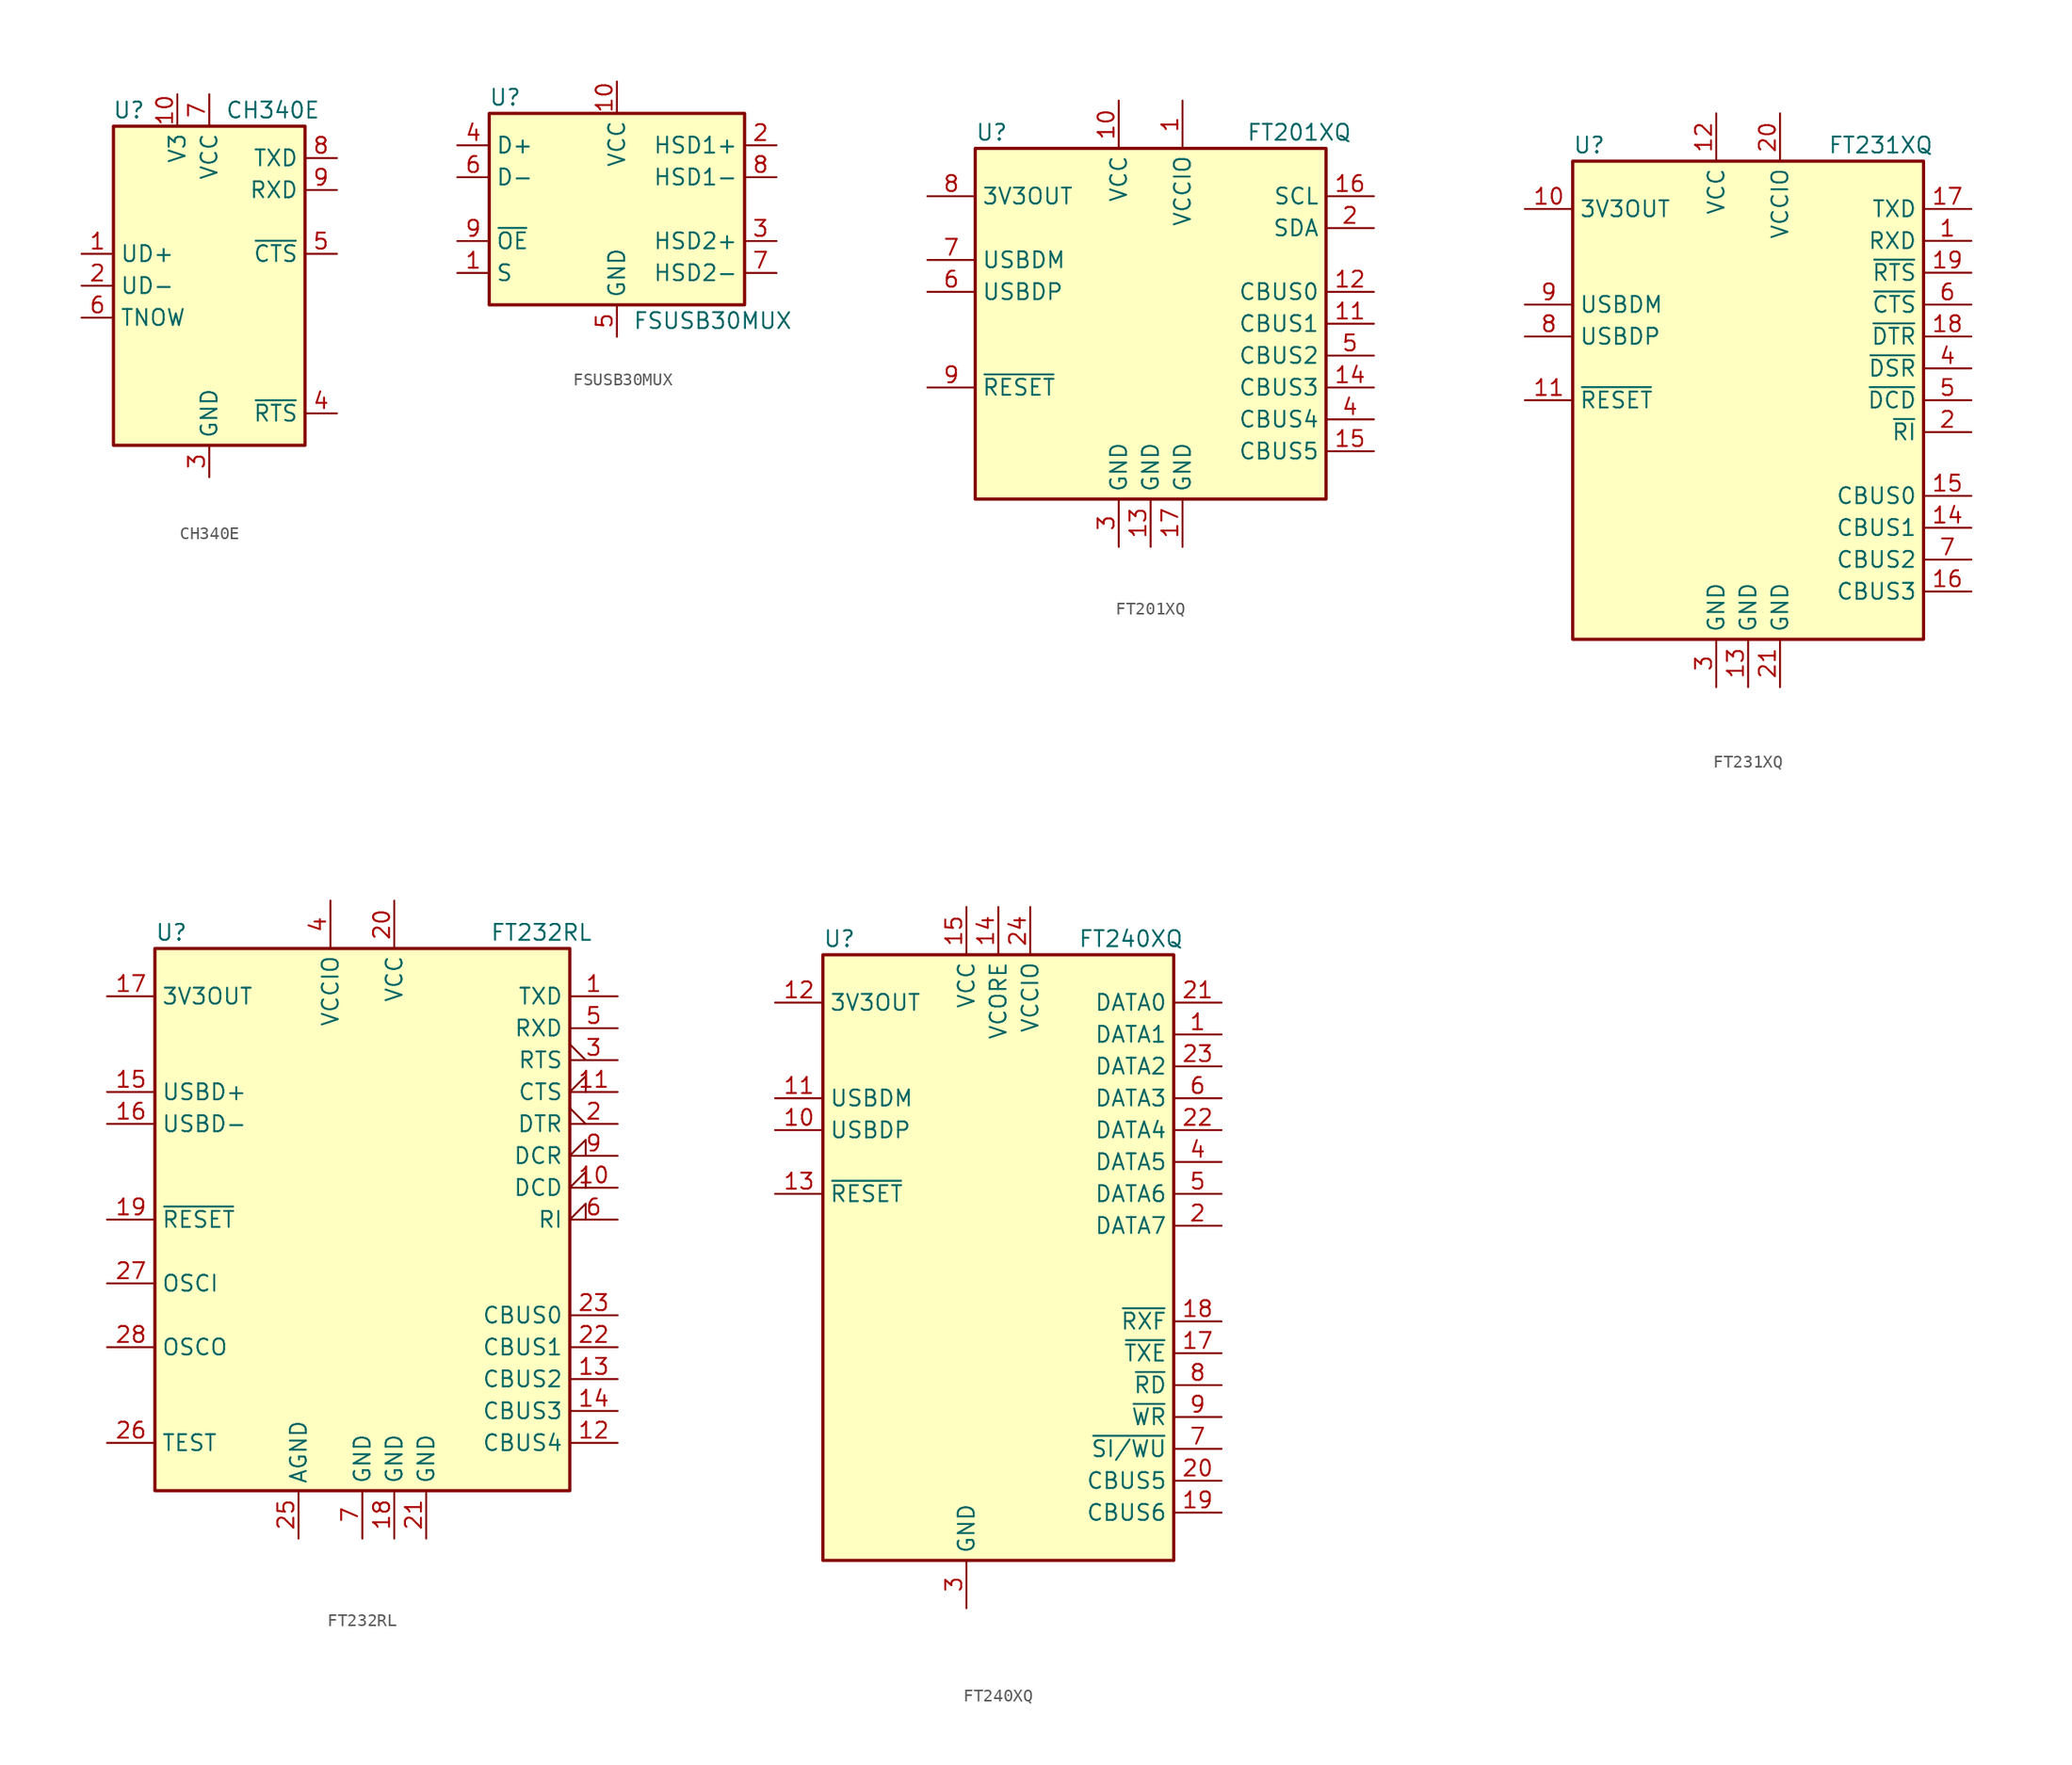
<source format=kicad_sym>
(kicad_symbol_lib
  (version 20220914)
  (generator kicad_symbol_editor)
  (symbol "CH340E"
    (property "Reference" "U"
      (at -5.08 13.97 0)
      (effects (font (size 1.27 1.27)) (justify right)))
    (property "Value" "CH340E"
      (at 1.27 13.97 0)
      (effects (font (size 1.27 1.27)) (justify left)))
    (symbol "CH340E_0_1"
      (rectangle (start -7.62 12.7) (end 7.62 -12.7) (stroke (width 0.254) (type default)) (fill (type background))))
    (symbol "CH340E_1_1"
      (pin bidirectional line (at -10.16 2.54 0) (length 2.54) (name "UD+" (effects (font (size 1.27 1.27)))) (number "1" (effects (font (size 1.27 1.27)))))
      (pin passive line (at -2.54 15.24 270) (length 2.54) (name "V3" (effects (font (size 1.27 1.27)))) (number "10" (effects (font (size 1.27 1.27)))))
      (pin bidirectional line (at -10.16 0 0) (length 2.54) (name "UD-" (effects (font (size 1.27 1.27)))) (number "2" (effects (font (size 1.27 1.27)))))
      (pin power_in line (at 0 -15.24 90) (length 2.54) (name "GND" (effects (font (size 1.27 1.27)))) (number "3" (effects (font (size 1.27 1.27)))))
      (pin output line (at 10.16 -10.16 180) (length 2.54) (name "~{RTS}" (effects (font (size 1.27 1.27)))) (number "4" (effects (font (size 1.27 1.27)))))
      (pin input line (at 10.16 2.54 180) (length 2.54) (name "~{CTS}" (effects (font (size 1.27 1.27)))) (number "5" (effects (font (size 1.27 1.27)))))
      (pin output line (at -10.16 -2.54 0) (length 2.54) (name "TNOW" (effects (font (size 1.27 1.27)))) (number "6" (effects (font (size 1.27 1.27)))))
      (pin power_in line (at 0 15.24 270) (length 2.54) (name "VCC" (effects (font (size 1.27 1.27)))) (number "7" (effects (font (size 1.27 1.27)))))
      (pin output line (at 10.16 10.16 180) (length 2.54) (name "TXD" (effects (font (size 1.27 1.27)))) (number "8" (effects (font (size 1.27 1.27)))))
      (pin input line (at 10.16 7.62 180) (length 2.54) (name "RXD" (effects (font (size 1.27 1.27)))) (number "9" (effects (font (size 1.27 1.27)))))))
  (symbol "FSUSB30MUX"
    (property "Reference" "U"
      (at -8.89 8.89 0)
      (effects (font (size 1.27 1.27))))
    (property "Value" "FSUSB30MUX"
      (at 7.62 -8.89 0)
      (effects (font (size 1.27 1.27))))
    (symbol "FSUSB30MUX_0_1"
      (rectangle (start -10.16 7.62) (end 10.16 -7.62) (stroke (width 0.254) (type default)) (fill (type background))))
    (symbol "FSUSB30MUX_1_1"
      (pin input line (at -12.7 -5.08 0) (length 2.54) (name "S" (effects (font (size 1.27 1.27)))) (number "1" (effects (font (size 1.27 1.27)))))
      (pin power_in line (at 0 10.16 270) (length 2.54) (name "VCC" (effects (font (size 1.27 1.27)))) (number "10" (effects (font (size 1.27 1.27)))))
      (pin bidirectional line (at 12.7 5.08 180) (length 2.54) (name "HSD1+" (effects (font (size 1.27 1.27)))) (number "2" (effects (font (size 1.27 1.27)))))
      (pin bidirectional line (at 12.7 -2.54 180) (length 2.54) (name "HSD2+" (effects (font (size 1.27 1.27)))) (number "3" (effects (font (size 1.27 1.27)))))
      (pin bidirectional line (at -12.7 5.08 0) (length 2.54) (name "D+" (effects (font (size 1.27 1.27)))) (number "4" (effects (font (size 1.27 1.27)))))
      (pin power_in line (at 0 -10.16 90) (length 2.54) (name "GND" (effects (font (size 1.27 1.27)))) (number "5" (effects (font (size 1.27 1.27)))))
      (pin bidirectional line (at -12.7 2.54 0) (length 2.54) (name "D-" (effects (font (size 1.27 1.27)))) (number "6" (effects (font (size 1.27 1.27)))))
      (pin bidirectional line (at 12.7 -5.08 180) (length 2.54) (name "HSD2-" (effects (font (size 1.27 1.27)))) (number "7" (effects (font (size 1.27 1.27)))))
      (pin bidirectional line (at 12.7 2.54 180) (length 2.54) (name "HSD1-" (effects (font (size 1.27 1.27)))) (number "8" (effects (font (size 1.27 1.27)))))
      (pin input line (at -12.7 -2.54 0) (length 2.54) (name "~{OE}" (effects (font (size 1.27 1.27)))) (number "9" (effects (font (size 1.27 1.27)))))))
  (symbol "FT201XQ"
    (property "Reference" "U"
      (at -13.97 15.24 0)
      (effects (font (size 1.27 1.27)) (justify left)))
    (property "Value" "FT201XQ"
      (at 7.62 15.24 0)
      (effects (font (size 1.27 1.27)) (justify left)))
    (symbol "FT201XQ_0_1"
      (rectangle (start -13.97 13.97) (end 13.97 -13.97) (stroke (width 0.254) (type default)) (fill (type background))))
    (symbol "FT201XQ_1_1"
      (pin power_in line (at 2.54 17.78 270) (length 3.81) (name "VCCIO" (effects (font (size 1.27 1.27)))) (number "1" (effects (font (size 1.27 1.27)))))
      (pin power_in line (at -2.54 17.78 270) (length 3.81) (name "VCC" (effects (font (size 1.27 1.27)))) (number "10" (effects (font (size 1.27 1.27)))))
      (pin bidirectional line (at 17.78 0 180) (length 3.81) (name "CBUS1" (effects (font (size 1.27 1.27)))) (number "11" (effects (font (size 1.27 1.27)))))
      (pin bidirectional line (at 17.78 2.54 180) (length 3.81) (name "CBUS0" (effects (font (size 1.27 1.27)))) (number "12" (effects (font (size 1.27 1.27)))))
      (pin power_in line (at 0 -17.78 90) (length 3.81) (name "GND" (effects (font (size 1.27 1.27)))) (number "13" (effects (font (size 1.27 1.27)))))
      (pin bidirectional line (at 17.78 -5.08 180) (length 3.81) (name "CBUS3" (effects (font (size 1.27 1.27)))) (number "14" (effects (font (size 1.27 1.27)))))
      (pin bidirectional line (at 17.78 -10.16 180) (length 3.81) (name "CBUS5" (effects (font (size 1.27 1.27)))) (number "15" (effects (font (size 1.27 1.27)))))
      (pin input line (at 17.78 10.16 180) (length 3.81) (name "SCL" (effects (font (size 1.27 1.27)))) (number "16" (effects (font (size 1.27 1.27)))))
      (pin power_in line (at 2.54 -17.78 90) (length 3.81) (name "GND" (effects (font (size 1.27 1.27)))) (number "17" (effects (font (size 1.27 1.27)))))
      (pin bidirectional line (at 17.78 7.62 180) (length 3.81) (name "SDA" (effects (font (size 1.27 1.27)))) (number "2" (effects (font (size 1.27 1.27)))))
      (pin power_in line (at -2.54 -17.78 90) (length 3.81) (name "GND" (effects (font (size 1.27 1.27)))) (number "3" (effects (font (size 1.27 1.27)))))
      (pin bidirectional line (at 17.78 -7.62 180) (length 3.81) (name "CBUS4" (effects (font (size 1.27 1.27)))) (number "4" (effects (font (size 1.27 1.27)))))
      (pin bidirectional line (at 17.78 -2.54 180) (length 3.81) (name "CBUS2" (effects (font (size 1.27 1.27)))) (number "5" (effects (font (size 1.27 1.27)))))
      (pin bidirectional line (at -17.78 2.54 0) (length 3.81) (name "USBDP" (effects (font (size 1.27 1.27)))) (number "6" (effects (font (size 1.27 1.27)))))
      (pin bidirectional line (at -17.78 5.08 0) (length 3.81) (name "USBDM" (effects (font (size 1.27 1.27)))) (number "7" (effects (font (size 1.27 1.27)))))
      (pin power_out line (at -17.78 10.16 0) (length 3.81) (name "3V3OUT" (effects (font (size 1.27 1.27)))) (number "8" (effects (font (size 1.27 1.27)))))
      (pin input line (at -17.78 -5.08 0) (length 3.81) (name "~{RESET}" (effects (font (size 1.27 1.27)))) (number "9" (effects (font (size 1.27 1.27)))))))
  (symbol "FT231XQ"
    (property "Reference" "U"
      (at -13.97 20.32 0)
      (effects (font (size 1.27 1.27)) (justify left)))
    (property "Value" "FT231XQ"
      (at 6.35 20.32 0)
      (effects (font (size 1.27 1.27)) (justify left)))
    (symbol "FT231XQ_0_1"
      (rectangle (start -13.97 19.05) (end 13.97 -19.05) (stroke (width 0.254) (type default)) (fill (type background))))
    (symbol "FT231XQ_1_1"
      (pin input line (at 17.78 12.7 180) (length 3.81) (name "RXD" (effects (font (size 1.27 1.27)))) (number "1" (effects (font (size 1.27 1.27)))))
      (pin power_out line (at -17.78 15.24 0) (length 3.81) (name "3V3OUT" (effects (font (size 1.27 1.27)))) (number "10" (effects (font (size 1.27 1.27)))))
      (pin input line (at -17.78 0 0) (length 3.81) (name "~{RESET}" (effects (font (size 1.27 1.27)))) (number "11" (effects (font (size 1.27 1.27)))))
      (pin power_in line (at -2.54 22.86 270) (length 3.81) (name "VCC" (effects (font (size 1.27 1.27)))) (number "12" (effects (font (size 1.27 1.27)))))
      (pin power_in line (at 0 -22.86 90) (length 3.81) (name "GND" (effects (font (size 1.27 1.27)))) (number "13" (effects (font (size 1.27 1.27)))))
      (pin bidirectional line (at 17.78 -10.16 180) (length 3.81) (name "CBUS1" (effects (font (size 1.27 1.27)))) (number "14" (effects (font (size 1.27 1.27)))))
      (pin bidirectional line (at 17.78 -7.62 180) (length 3.81) (name "CBUS0" (effects (font (size 1.27 1.27)))) (number "15" (effects (font (size 1.27 1.27)))))
      (pin bidirectional line (at 17.78 -15.24 180) (length 3.81) (name "CBUS3" (effects (font (size 1.27 1.27)))) (number "16" (effects (font (size 1.27 1.27)))))
      (pin output line (at 17.78 15.24 180) (length 3.81) (name "TXD" (effects (font (size 1.27 1.27)))) (number "17" (effects (font (size 1.27 1.27)))))
      (pin output line (at 17.78 5.08 180) (length 3.81) (name "~{DTR}" (effects (font (size 1.27 1.27)))) (number "18" (effects (font (size 1.27 1.27)))))
      (pin output line (at 17.78 10.16 180) (length 3.81) (name "~{RTS}" (effects (font (size 1.27 1.27)))) (number "19" (effects (font (size 1.27 1.27)))))
      (pin input line (at 17.78 -2.54 180) (length 3.81) (name "~{RI}" (effects (font (size 1.27 1.27)))) (number "2" (effects (font (size 1.27 1.27)))))
      (pin power_in line (at 2.54 22.86 270) (length 3.81) (name "VCCIO" (effects (font (size 1.27 1.27)))) (number "20" (effects (font (size 1.27 1.27)))))
      (pin power_in line (at 2.54 -22.86 90) (length 3.81) (name "GND" (effects (font (size 1.27 1.27)))) (number "21" (effects (font (size 1.27 1.27)))))
      (pin power_in line (at -2.54 -22.86 90) (length 3.81) (name "GND" (effects (font (size 1.27 1.27)))) (number "3" (effects (font (size 1.27 1.27)))))
      (pin input line (at 17.78 2.54 180) (length 3.81) (name "~{DSR}" (effects (font (size 1.27 1.27)))) (number "4" (effects (font (size 1.27 1.27)))))
      (pin input line (at 17.78 0 180) (length 3.81) (name "~{DCD}" (effects (font (size 1.27 1.27)))) (number "5" (effects (font (size 1.27 1.27)))))
      (pin input line (at 17.78 7.62 180) (length 3.81) (name "~{CTS}" (effects (font (size 1.27 1.27)))) (number "6" (effects (font (size 1.27 1.27)))))
      (pin bidirectional line (at 17.78 -12.7 180) (length 3.81) (name "CBUS2" (effects (font (size 1.27 1.27)))) (number "7" (effects (font (size 1.27 1.27)))))
      (pin bidirectional line (at -17.78 5.08 0) (length 3.81) (name "USBDP" (effects (font (size 1.27 1.27)))) (number "8" (effects (font (size 1.27 1.27)))))
      (pin bidirectional line (at -17.78 7.62 0) (length 3.81) (name "USBDM" (effects (font (size 1.27 1.27)))) (number "9" (effects (font (size 1.27 1.27)))))))
  (symbol "FT232RL"
    (property "Reference" "U"
      (at -16.51 22.86 0)
      (effects (font (size 1.27 1.27)) (justify left)))
    (property "Value" "FT232RL"
      (at 10.16 22.86 0)
      (effects (font (size 1.27 1.27)) (justify left)))
    (symbol "FT232RL_0_1"
      (rectangle (start -16.51 21.59) (end 16.51 -21.59) (stroke (width 0.254) (type default)) (fill (type background))))
    (symbol "FT232RL_1_1"
      (pin output line (at 20.32 17.78 180) (length 3.81) (name "TXD" (effects (font (size 1.27 1.27)))) (number "1" (effects (font (size 1.27 1.27)))))
      (pin input input_low (at 20.32 2.54 180) (length 3.81) (name "DCD" (effects (font (size 1.27 1.27)))) (number "10" (effects (font (size 1.27 1.27)))))
      (pin input input_low (at 20.32 10.16 180) (length 3.81) (name "CTS" (effects (font (size 1.27 1.27)))) (number "11" (effects (font (size 1.27 1.27)))))
      (pin bidirectional line (at 20.32 -17.78 180) (length 3.81) (name "CBUS4" (effects (font (size 1.27 1.27)))) (number "12" (effects (font (size 1.27 1.27)))))
      (pin bidirectional line (at 20.32 -12.7 180) (length 3.81) (name "CBUS2" (effects (font (size 1.27 1.27)))) (number "13" (effects (font (size 1.27 1.27)))))
      (pin bidirectional line (at 20.32 -15.24 180) (length 3.81) (name "CBUS3" (effects (font (size 1.27 1.27)))) (number "14" (effects (font (size 1.27 1.27)))))
      (pin bidirectional line (at -20.32 10.16 0) (length 3.81) (name "USBD+" (effects (font (size 1.27 1.27)))) (number "15" (effects (font (size 1.27 1.27)))))
      (pin bidirectional line (at -20.32 7.62 0) (length 3.81) (name "USBD-" (effects (font (size 1.27 1.27)))) (number "16" (effects (font (size 1.27 1.27)))))
      (pin power_out line (at -20.32 17.78 0) (length 3.81) (name "3V3OUT" (effects (font (size 1.27 1.27)))) (number "17" (effects (font (size 1.27 1.27)))))
      (pin power_in line (at 2.54 -25.4 90) (length 3.81) (name "GND" (effects (font (size 1.27 1.27)))) (number "18" (effects (font (size 1.27 1.27)))))
      (pin input line (at -20.32 0 0) (length 3.81) (name "~{RESET}" (effects (font (size 1.27 1.27)))) (number "19" (effects (font (size 1.27 1.27)))))
      (pin output output_low (at 20.32 7.62 180) (length 3.81) (name "DTR" (effects (font (size 1.27 1.27)))) (number "2" (effects (font (size 1.27 1.27)))))
      (pin power_in line (at 2.54 25.4 270) (length 3.81) (name "VCC" (effects (font (size 1.27 1.27)))) (number "20" (effects (font (size 1.27 1.27)))))
      (pin power_in line (at 5.08 -25.4 90) (length 3.81) (name "GND" (effects (font (size 1.27 1.27)))) (number "21" (effects (font (size 1.27 1.27)))))
      (pin bidirectional line (at 20.32 -10.16 180) (length 3.81) (name "CBUS1" (effects (font (size 1.27 1.27)))) (number "22" (effects (font (size 1.27 1.27)))))
      (pin bidirectional line (at 20.32 -7.62 180) (length 3.81) (name "CBUS0" (effects (font (size 1.27 1.27)))) (number "23" (effects (font (size 1.27 1.27)))))
      (pin power_in line (at -5.08 -25.4 90) (length 3.81) (name "AGND" (effects (font (size 1.27 1.27)))) (number "25" (effects (font (size 1.27 1.27)))))
      (pin input line (at -20.32 -17.78 0) (length 3.81) (name "TEST" (effects (font (size 1.27 1.27)))) (number "26" (effects (font (size 1.27 1.27)))))
      (pin input line (at -20.32 -5.08 0) (length 3.81) (name "OSCI" (effects (font (size 1.27 1.27)))) (number "27" (effects (font (size 1.27 1.27)))))
      (pin output line (at -20.32 -10.16 0) (length 3.81) (name "OSCO" (effects (font (size 1.27 1.27)))) (number "28" (effects (font (size 1.27 1.27)))))
      (pin output output_low (at 20.32 12.7 180) (length 3.81) (name "RTS" (effects (font (size 1.27 1.27)))) (number "3" (effects (font (size 1.27 1.27)))))
      (pin power_in line (at -2.54 25.4 270) (length 3.81) (name "VCCIO" (effects (font (size 1.27 1.27)))) (number "4" (effects (font (size 1.27 1.27)))))
      (pin input line (at 20.32 15.24 180) (length 3.81) (name "RXD" (effects (font (size 1.27 1.27)))) (number "5" (effects (font (size 1.27 1.27)))))
      (pin input input_low (at 20.32 0 180) (length 3.81) (name "RI" (effects (font (size 1.27 1.27)))) (number "6" (effects (font (size 1.27 1.27)))))
      (pin power_in line (at 0 -25.4 90) (length 3.81) (name "GND" (effects (font (size 1.27 1.27)))) (number "7" (effects (font (size 1.27 1.27)))))
      (pin input input_low (at 20.32 5.08 180) (length 3.81) (name "DCR" (effects (font (size 1.27 1.27)))) (number "9" (effects (font (size 1.27 1.27)))))))
  (symbol "FT240XQ"
    (property "Reference" "U"
      (at -13.97 25.4 0)
      (effects (font (size 1.27 1.27)) (justify left)))
    (property "Value" "FT240XQ"
      (at 6.35 25.4 0)
      (effects (font (size 1.27 1.27)) (justify left)))
    (symbol "FT240XQ_0_1"
      (rectangle (start 13.97 -24.13) (end -13.97 24.13) (stroke (width 0.254) (type default)) (fill (type background))))
    (symbol "FT240XQ_1_1"
      (pin bidirectional line (at 17.78 17.78 180) (length 3.81) (name "DATA1" (effects (font (size 1.27 1.27)))) (number "1" (effects (font (size 1.27 1.27)))))
      (pin bidirectional line (at -17.78 10.16 0) (length 3.81) (name "USBDP" (effects (font (size 1.27 1.27)))) (number "10" (effects (font (size 1.27 1.27)))))
      (pin bidirectional line (at -17.78 12.7 0) (length 3.81) (name "USBDM" (effects (font (size 1.27 1.27)))) (number "11" (effects (font (size 1.27 1.27)))))
      (pin power_out line (at -17.78 20.32 0) (length 3.81) (name "3V3OUT" (effects (font (size 1.27 1.27)))) (number "12" (effects (font (size 1.27 1.27)))))
      (pin input line (at -17.78 5.08 0) (length 3.81) (name "~{RESET}" (effects (font (size 1.27 1.27)))) (number "13" (effects (font (size 1.27 1.27)))))
      (pin power_out line (at 0 27.94 270) (length 3.81) (name "VCORE" (effects (font (size 1.27 1.27)))) (number "14" (effects (font (size 1.27 1.27)))))
      (pin power_in line (at -2.54 27.94 270) (length 3.81) (name "VCC" (effects (font (size 1.27 1.27)))) (number "15" (effects (font (size 1.27 1.27)))))
      (pin passive line (at -2.54 -27.94 90) (length 3.81) hide (name "GND" (effects (font (size 1.27 1.27)))) (number "16" (effects (font (size 1.27 1.27)))))
      (pin output line (at 17.78 -7.62 180) (length 3.81) (name "~{TXE}" (effects (font (size 1.27 1.27)))) (number "17" (effects (font (size 1.27 1.27)))))
      (pin output line (at 17.78 -5.08 180) (length 3.81) (name "~{RXF}" (effects (font (size 1.27 1.27)))) (number "18" (effects (font (size 1.27 1.27)))))
      (pin bidirectional line (at 17.78 -20.32 180) (length 3.81) (name "CBUS6" (effects (font (size 1.27 1.27)))) (number "19" (effects (font (size 1.27 1.27)))))
      (pin bidirectional line (at 17.78 2.54 180) (length 3.81) (name "DATA7" (effects (font (size 1.27 1.27)))) (number "2" (effects (font (size 1.27 1.27)))))
      (pin bidirectional line (at 17.78 -17.78 180) (length 3.81) (name "CBUS5" (effects (font (size 1.27 1.27)))) (number "20" (effects (font (size 1.27 1.27)))))
      (pin bidirectional line (at 17.78 20.32 180) (length 3.81) (name "DATA0" (effects (font (size 1.27 1.27)))) (number "21" (effects (font (size 1.27 1.27)))))
      (pin bidirectional line (at 17.78 10.16 180) (length 3.81) (name "DATA4" (effects (font (size 1.27 1.27)))) (number "22" (effects (font (size 1.27 1.27)))))
      (pin bidirectional line (at 17.78 15.24 180) (length 3.81) (name "DATA2" (effects (font (size 1.27 1.27)))) (number "23" (effects (font (size 1.27 1.27)))))
      (pin power_in line (at 2.54 27.94 270) (length 3.81) (name "VCCIO" (effects (font (size 1.27 1.27)))) (number "24" (effects (font (size 1.27 1.27)))))
      (pin passive line (at -2.54 -27.94 90) (length 3.81) hide (name "GND" (effects (font (size 1.27 1.27)))) (number "25" (effects (font (size 1.27 1.27)))))
      (pin power_in line (at -2.54 -27.94 90) (length 3.81) (name "GND" (effects (font (size 1.27 1.27)))) (number "3" (effects (font (size 1.27 1.27)))))
      (pin bidirectional line (at 17.78 7.62 180) (length 3.81) (name "DATA5" (effects (font (size 1.27 1.27)))) (number "4" (effects (font (size 1.27 1.27)))))
      (pin bidirectional line (at 17.78 5.08 180) (length 3.81) (name "DATA6" (effects (font (size 1.27 1.27)))) (number "5" (effects (font (size 1.27 1.27)))))
      (pin bidirectional line (at 17.78 12.7 180) (length 3.81) (name "DATA3" (effects (font (size 1.27 1.27)))) (number "6" (effects (font (size 1.27 1.27)))))
      (pin input line (at 17.78 -15.24 180) (length 3.81) (name "~{SI/WU}" (effects (font (size 1.27 1.27)))) (number "7" (effects (font (size 1.27 1.27)))))
      (pin input line (at 17.78 -10.16 180) (length 3.81) (name "~{RD}" (effects (font (size 1.27 1.27)))) (number "8" (effects (font (size 1.27 1.27)))))
      (pin input line (at 17.78 -12.7 180) (length 3.81) (name "~{WR}" (effects (font (size 1.27 1.27)))) (number "9" (effects (font (size 1.27 1.27))))))))
</source>
